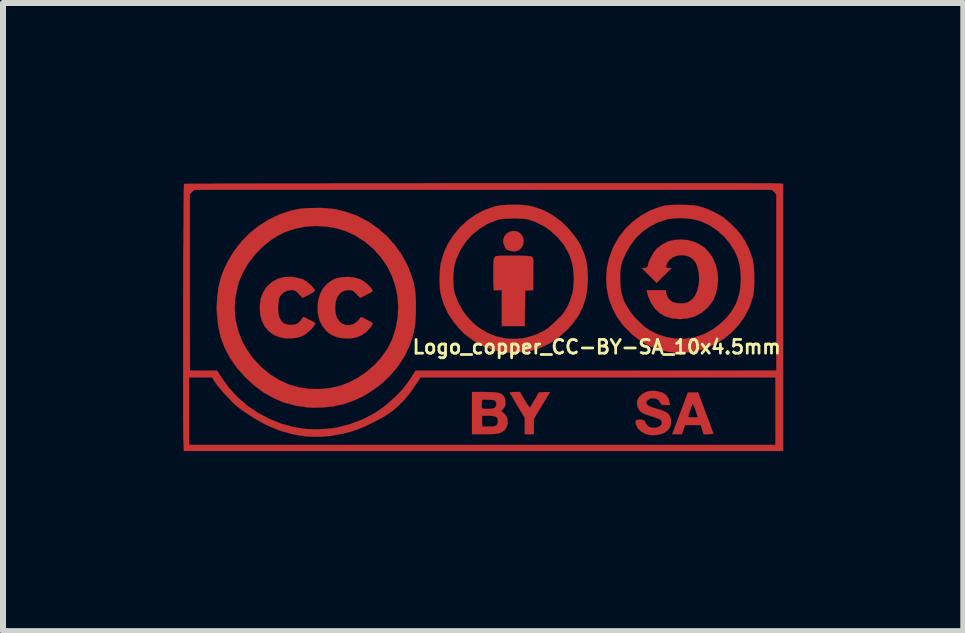
<source format=kicad_pcb>
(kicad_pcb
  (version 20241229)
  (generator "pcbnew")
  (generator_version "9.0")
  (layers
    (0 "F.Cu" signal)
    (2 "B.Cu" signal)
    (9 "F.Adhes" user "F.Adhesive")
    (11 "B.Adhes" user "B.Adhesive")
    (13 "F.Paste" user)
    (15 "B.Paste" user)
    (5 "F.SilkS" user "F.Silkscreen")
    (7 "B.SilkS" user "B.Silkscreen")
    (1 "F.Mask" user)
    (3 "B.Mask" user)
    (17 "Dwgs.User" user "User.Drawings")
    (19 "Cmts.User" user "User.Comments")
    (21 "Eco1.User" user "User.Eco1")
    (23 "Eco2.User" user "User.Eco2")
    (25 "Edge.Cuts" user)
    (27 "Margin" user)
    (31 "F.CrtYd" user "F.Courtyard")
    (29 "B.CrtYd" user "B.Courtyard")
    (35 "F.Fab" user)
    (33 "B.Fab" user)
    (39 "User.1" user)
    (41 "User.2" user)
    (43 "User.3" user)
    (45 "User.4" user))
  (footprint "Logo_copper_CC-BY-SA_10x4.5mm"
    (layer "F.Cu")
    (at 4.992 2.231)
    (property "Reference" "Logo_copper_CC-BY-SA_10x4.5mm" (at 1.9 0.5 0) (layer "F.SilkS") (effects (font (size 0.229 0.229) (thickness 0.046))))
    (attr exclude_from_pos_files exclude_from_bom)
    (fp_poly (pts (xy 0.683 -1.25) (xy 0.673 -1.199) (xy 0.645 -1.153) (xy 0.605 -1.115) (xy 0.546 -1.092) (xy 0.541 -1.092) (xy 0.505 -1.092) (xy 0.462 -1.1) (xy 0.452 -1.105) (xy 0.419 -1.115) (xy 0.401 -1.123) (xy 0.399 -1.123) (xy 0.391 -1.133) (xy 0.376 -1.156) (xy 0.371 -1.166) (xy 0.345 -1.227) (xy 0.343 -1.288) (xy 0.361 -1.341) (xy 0.396 -1.387) (xy 0.447 -1.42) (xy 0.508 -1.433) (xy 0.518 -1.433) (xy 0.579 -1.422) (xy 0.627 -1.392) (xy 0.66 -1.351) (xy 0.678 -1.303) (xy 0.683 -1.25)) (stroke (width 0.003) (type solid)) (fill yes) (layer "F.Cu"))
    (fp_poly (pts (xy 1.123 1.25) (xy 0.988 1.473) (xy 0.853 1.697) (xy 0.853 1.824) (xy 0.853 1.953) (xy 0.777 1.953) (xy 0.701 1.953) (xy 0.701 1.819) (xy 0.701 1.681) (xy 0.577 1.476) (xy 0.538 1.41) (xy 0.505 1.351) (xy 0.478 1.306) (xy 0.457 1.275) (xy 0.45 1.26) (xy 0.46 1.255) (xy 0.488 1.252) (xy 0.528 1.25) (xy 0.533 1.25) (xy 0.622 1.25) (xy 0.701 1.387) (xy 0.739 1.448) (xy 0.765 1.486) (xy 0.782 1.506) (xy 0.792 1.504) (xy 0.803 1.486) (xy 0.823 1.453) (xy 0.848 1.407) (xy 0.871 1.372) (xy 0.937 1.257) (xy 1.029 1.252) (xy 1.123 1.25)) (stroke (width 0.003) (type solid)) (fill yes) (layer "F.Cu"))
    (fp_poly (pts (xy 3.843 1.943) (xy 3.833 1.948) (xy 3.8 1.951) (xy 3.762 1.953) (xy 3.68 1.953) (xy 3.658 1.877) (xy 3.635 1.801) (xy 3.586 1.801) (xy 3.586 1.671) (xy 3.546 1.557) (xy 3.531 1.509) (xy 3.513 1.471) (xy 3.503 1.453) (xy 3.5 1.45) (xy 3.49 1.466) (xy 3.477 1.499) (xy 3.462 1.542) (xy 3.447 1.587) (xy 3.432 1.628) (xy 3.424 1.656) (xy 3.421 1.664) (xy 3.434 1.669) (xy 3.465 1.671) (xy 3.503 1.671) (xy 3.586 1.671) (xy 3.586 1.801) (xy 3.503 1.801) (xy 3.373 1.801) (xy 3.345 1.877) (xy 3.317 1.953) (xy 3.236 1.953) (xy 3.157 1.953) (xy 3.289 1.605) (xy 3.419 1.257) (xy 3.505 1.257) (xy 3.589 1.257) (xy 3.716 1.595) (xy 3.749 1.684) (xy 3.78 1.763) (xy 3.805 1.831) (xy 3.823 1.887) (xy 3.838 1.925) (xy 3.843 1.943)) (stroke (width 0.003) (type solid)) (fill yes) (layer "F.Cu"))
    (fp_poly (pts (xy 0.846 -0.907) (xy 0.843 -0.866) (xy 0.843 -0.81) (xy 0.843 -0.742) (xy 0.843 -0.676) (xy 0.841 -0.447) (xy 0.775 -0.442) (xy 0.709 -0.439) (xy 0.704 -0.142) (xy 0.701 0.152) (xy 0.511 0.152) (xy 0.318 0.152) (xy 0.318 -0.147) (xy 0.318 -0.447) (xy 0.264 -0.445) (xy 0.226 -0.445) (xy 0.198 -0.445) (xy 0.193 -0.445) (xy 0.188 -0.452) (xy 0.183 -0.472) (xy 0.18 -0.508) (xy 0.178 -0.564) (xy 0.178 -0.64) (xy 0.178 -0.706) (xy 0.178 -0.795) (xy 0.178 -0.866) (xy 0.18 -0.917) (xy 0.185 -0.95) (xy 0.188 -0.975) (xy 0.196 -0.991) (xy 0.198 -0.993) (xy 0.206 -1.001) (xy 0.213 -1.008) (xy 0.229 -1.013) (xy 0.251 -1.016) (xy 0.284 -1.019) (xy 0.335 -1.021) (xy 0.404 -1.021) (xy 0.495 -1.021) (xy 0.511 -1.021) (xy 0.61 -1.021) (xy 0.688 -1.019) (xy 0.747 -1.016) (xy 0.79 -1.011) (xy 0.818 -1.003) (xy 0.833 -0.991) (xy 0.841 -0.973) (xy 0.843 -0.95) (xy 0.846 -0.925) (xy 0.846 -0.907)) (stroke (width 0.003) (type solid)) (fill yes) (layer "F.Cu"))
    (fp_poly (pts (xy -2.784 0.104) (xy -2.807 0.142) (xy -2.84 0.188) (xy -2.891 0.236) (xy -2.944 0.282) (xy -2.997 0.315) (xy -3.01 0.32) (xy -3.101 0.348) (xy -3.208 0.358) (xy -3.289 0.356) (xy -3.399 0.333) (xy -3.493 0.292) (xy -3.571 0.231) (xy -3.635 0.152) (xy -3.68 0.058) (xy -3.708 -0.046) (xy -3.713 -0.168) (xy -3.711 -0.201) (xy -3.696 -0.312) (xy -3.66 -0.406) (xy -3.607 -0.49) (xy -3.586 -0.516) (xy -3.505 -0.587) (xy -3.409 -0.638) (xy -3.305 -0.665) (xy -3.19 -0.668) (xy -3.139 -0.663) (xy -3.081 -0.65) (xy -3.02 -0.635) (xy -2.979 -0.617) (xy -2.941 -0.594) (xy -2.898 -0.561) (xy -2.857 -0.523) (xy -2.824 -0.488) (xy -2.802 -0.455) (xy -2.797 -0.439) (xy -2.807 -0.424) (xy -2.835 -0.404) (xy -2.878 -0.381) (xy -2.898 -0.368) (xy -3 -0.318) (xy -3.061 -0.381) (xy -3.096 -0.417) (xy -3.122 -0.434) (xy -3.145 -0.445) (xy -3.178 -0.447) (xy -3.195 -0.447) (xy -3.266 -0.434) (xy -3.325 -0.404) (xy -3.373 -0.351) (xy -3.376 -0.343) (xy -3.393 -0.3) (xy -3.404 -0.236) (xy -3.409 -0.168) (xy -3.406 -0.094) (xy -3.399 -0.03) (xy -3.391 0) (xy -3.36 0.061) (xy -3.317 0.104) (xy -3.259 0.127) (xy -3.198 0.132) (xy -3.129 0.127) (xy -3.081 0.107) (xy -3.038 0.066) (xy -3.02 0.041) (xy -3 0.013) (xy -2.985 0) (xy -2.969 0.005) (xy -2.936 0.02) (xy -2.896 0.043) (xy -2.878 0.051) (xy -2.784 0.104)) (stroke (width 0.003) (type solid)) (fill yes) (layer "F.Cu"))
    (fp_poly (pts (xy -1.834 0.102) (xy -1.834 0.117) (xy -1.849 0.145) (xy -1.864 0.168) (xy -1.938 0.249) (xy -2.019 0.305) (xy -2.111 0.343) (xy -2.215 0.358) (xy -2.332 0.356) (xy -2.428 0.338) (xy -2.512 0.302) (xy -2.588 0.249) (xy -2.601 0.236) (xy -2.667 0.157) (xy -2.715 0.066) (xy -2.743 -0.041) (xy -2.746 -0.061) (xy -2.751 -0.18) (xy -2.738 -0.29) (xy -2.705 -0.394) (xy -2.654 -0.483) (xy -2.588 -0.556) (xy -2.507 -0.615) (xy -2.459 -0.638) (xy -2.36 -0.66) (xy -2.253 -0.668) (xy -2.146 -0.658) (xy -2.047 -0.63) (xy -2.035 -0.625) (xy -1.989 -0.599) (xy -1.938 -0.561) (xy -1.892 -0.518) (xy -1.857 -0.478) (xy -1.844 -0.46) (xy -1.836 -0.442) (xy -1.836 -0.429) (xy -1.849 -0.419) (xy -1.875 -0.404) (xy -1.918 -0.381) (xy -1.935 -0.371) (xy -2.042 -0.318) (xy -2.103 -0.381) (xy -2.139 -0.417) (xy -2.162 -0.434) (xy -2.187 -0.445) (xy -2.22 -0.447) (xy -2.235 -0.447) (xy -2.306 -0.437) (xy -2.362 -0.409) (xy -2.405 -0.358) (xy -2.426 -0.325) (xy -2.446 -0.259) (xy -2.456 -0.18) (xy -2.456 -0.097) (xy -2.441 -0.02) (xy -2.428 0.015) (xy -2.39 0.074) (xy -2.339 0.114) (xy -2.278 0.135) (xy -2.212 0.137) (xy -2.149 0.117) (xy -2.093 0.076) (xy -2.065 0.046) (xy -2.045 0.02) (xy -2.04 0.01) (xy -2.032 0.005) (xy -2.014 0.005) (xy -1.984 0.018) (xy -1.938 0.043) (xy -1.895 0.066) (xy -1.857 0.086) (xy -1.836 0.099) (xy -1.834 0.102)) (stroke (width 0.003) (type solid)) (fill yes) (layer "F.Cu"))
    (fp_poly (pts (xy 0.417 1.775) (xy 0.396 1.841) (xy 0.356 1.895) (xy 0.3 1.928) (xy 0.277 1.938) (xy 0.254 1.943) (xy 0.254 1.735) (xy 0.249 1.697) (xy 0.234 1.671) (xy 0.229 1.669) (xy 0.229 1.443) (xy 0.216 1.407) (xy 0.208 1.397) (xy 0.188 1.387) (xy 0.155 1.382) (xy 0.099 1.379) (xy 0.089 1.379) (xy -0.008 1.379) (xy -0.013 1.42) (xy -0.015 1.46) (xy -0.015 1.496) (xy -0.01 1.514) (xy -0.003 1.524) (xy 0.013 1.529) (xy 0.048 1.532) (xy 0.079 1.532) (xy 0.145 1.529) (xy 0.188 1.519) (xy 0.201 1.511) (xy 0.224 1.481) (xy 0.229 1.443) (xy 0.229 1.669) (xy 0.203 1.656) (xy 0.152 1.648) (xy 0.091 1.646) (xy -0.01 1.646) (xy -0.01 1.735) (xy -0.01 1.826) (xy 0.097 1.826) (xy 0.157 1.824) (xy 0.196 1.819) (xy 0.221 1.811) (xy 0.231 1.803) (xy 0.249 1.77) (xy 0.254 1.735) (xy 0.254 1.943) (xy 0.249 1.943) (xy 0.213 1.948) (xy 0.163 1.951) (xy 0.097 1.953) (xy 0.033 1.953) (xy -0.178 1.953) (xy -0.178 1.603) (xy -0.178 1.25) (xy 0.03 1.25) (xy 0.124 1.252) (xy 0.193 1.255) (xy 0.246 1.26) (xy 0.284 1.27) (xy 0.315 1.283) (xy 0.338 1.303) (xy 0.348 1.311) (xy 0.366 1.346) (xy 0.378 1.397) (xy 0.381 1.448) (xy 0.376 1.473) (xy 0.361 1.506) (xy 0.335 1.539) (xy 0.333 1.542) (xy 0.312 1.562) (xy 0.31 1.575) (xy 0.318 1.58) (xy 0.353 1.603) (xy 0.386 1.641) (xy 0.409 1.684) (xy 0.414 1.702) (xy 0.417 1.775)) (stroke (width 0.003) (type solid)) (fill yes) (layer "F.Cu"))
    (fp_poly (pts (xy 3.139 1.775) (xy 3.127 1.824) (xy 3.099 1.869) (xy 3.089 1.882) (xy 3.038 1.923) (xy 2.969 1.953) (xy 2.891 1.968) (xy 2.812 1.971) (xy 2.802 1.968) (xy 2.713 1.948) (xy 2.642 1.91) (xy 2.588 1.859) (xy 2.555 1.793) (xy 2.553 1.786) (xy 2.545 1.748) (xy 2.553 1.725) (xy 2.576 1.712) (xy 2.619 1.712) (xy 2.629 1.712) (xy 2.67 1.717) (xy 2.692 1.725) (xy 2.703 1.74) (xy 2.71 1.76) (xy 2.738 1.806) (xy 2.781 1.834) (xy 2.835 1.849) (xy 2.896 1.844) (xy 2.931 1.831) (xy 2.969 1.808) (xy 2.985 1.781) (xy 2.982 1.745) (xy 2.974 1.727) (xy 2.957 1.709) (xy 2.924 1.694) (xy 2.875 1.674) (xy 2.807 1.654) (xy 2.769 1.641) (xy 2.71 1.621) (xy 2.667 1.603) (xy 2.637 1.582) (xy 2.619 1.565) (xy 2.583 1.506) (xy 2.57 1.45) (xy 2.576 1.392) (xy 2.601 1.341) (xy 2.644 1.295) (xy 2.697 1.26) (xy 2.764 1.237) (xy 2.837 1.229) (xy 2.908 1.237) (xy 2.992 1.26) (xy 3.053 1.298) (xy 3.091 1.349) (xy 3.111 1.412) (xy 3.111 1.415) (xy 3.119 1.468) (xy 3.045 1.468) (xy 3.005 1.466) (xy 2.982 1.46) (xy 2.969 1.45) (xy 2.959 1.427) (xy 2.934 1.389) (xy 2.893 1.364) (xy 2.845 1.354) (xy 2.797 1.359) (xy 2.753 1.382) (xy 2.751 1.384) (xy 2.725 1.412) (xy 2.723 1.433) (xy 2.736 1.458) (xy 2.741 1.466) (xy 2.769 1.483) (xy 2.822 1.506) (xy 2.898 1.529) (xy 2.903 1.529) (xy 2.99 1.557) (xy 3.051 1.585) (xy 3.094 1.615) (xy 3.122 1.656) (xy 3.137 1.704) (xy 3.137 1.714) (xy 3.139 1.775)) (stroke (width 0.003) (type solid)) (fill yes) (layer "F.Cu"))
    (fp_poly (pts (xy 3.922 -0.645) (xy 3.914 -0.523) (xy 3.889 -0.404) (xy 3.848 -0.292) (xy 3.82 -0.249) (xy 3.782 -0.198) (xy 3.741 -0.15) (xy 3.736 -0.145) (xy 3.64 -0.066) (xy 3.531 -0.008) (xy 3.414 0.023) (xy 3.289 0.036) (xy 3.162 0.025) (xy 3.155 0.023) (xy 3.048 -0.008) (xy 2.951 -0.064) (xy 2.873 -0.137) (xy 2.807 -0.231) (xy 2.758 -0.343) (xy 2.741 -0.411) (xy 2.731 -0.447) (xy 2.891 -0.447) (xy 3.051 -0.447) (xy 3.058 -0.394) (xy 3.076 -0.34) (xy 3.109 -0.292) (xy 3.15 -0.257) (xy 3.155 -0.254) (xy 3.183 -0.244) (xy 3.223 -0.234) (xy 3.254 -0.229) (xy 3.34 -0.224) (xy 3.416 -0.244) (xy 3.482 -0.284) (xy 3.536 -0.348) (xy 3.574 -0.432) (xy 3.599 -0.536) (xy 3.607 -0.627) (xy 3.602 -0.721) (xy 3.586 -0.81) (xy 3.559 -0.886) (xy 3.556 -0.894) (xy 3.513 -0.953) (xy 3.454 -0.998) (xy 3.393 -1.021) (xy 3.315 -1.031) (xy 3.236 -1.021) (xy 3.167 -0.993) (xy 3.111 -0.95) (xy 3.078 -0.902) (xy 3.058 -0.859) (xy 3.053 -0.833) (xy 3.063 -0.82) (xy 3.089 -0.815) (xy 3.099 -0.815) (xy 3.147 -0.815) (xy 3.023 -0.691) (xy 2.898 -0.566) (xy 2.774 -0.691) (xy 2.649 -0.815) (xy 2.695 -0.815) (xy 2.733 -0.823) (xy 2.753 -0.843) (xy 2.758 -0.879) (xy 2.764 -0.909) (xy 2.784 -0.955) (xy 2.812 -1.008) (xy 2.842 -1.062) (xy 2.875 -1.107) (xy 2.903 -1.14) (xy 2.987 -1.206) (xy 3.084 -1.255) (xy 3.19 -1.283) (xy 3.305 -1.29) (xy 3.421 -1.28) (xy 3.536 -1.247) (xy 3.602 -1.217) (xy 3.693 -1.158) (xy 3.769 -1.079) (xy 3.833 -0.986) (xy 3.879 -0.879) (xy 3.909 -0.765) (xy 3.922 -0.645)) (stroke (width 0.003) (type solid)) (fill yes) (layer "F.Cu"))
    (fp_poly (pts (xy -1.113 -0.175) (xy -1.113 -0.084) (xy -1.118 0.038) (xy -1.128 0.145) (xy -1.146 0.239) (xy -1.168 0.33) (xy -1.199 0.424) (xy -1.224 0.49) (xy -1.303 0.655) (xy -1.405 0.813) (xy -1.407 0.815) (xy -1.407 -0.175) (xy -1.42 -0.353) (xy -1.458 -0.526) (xy -1.516 -0.693) (xy -1.595 -0.851) (xy -1.697 -0.996) (xy -1.816 -1.13) (xy -1.956 -1.25) (xy -2.113 -1.351) (xy -2.121 -1.356) (xy -2.273 -1.427) (xy -2.438 -1.478) (xy -2.609 -1.506) (xy -2.784 -1.516) (xy -2.957 -1.504) (xy -3.127 -1.471) (xy -3.289 -1.415) (xy -3.393 -1.367) (xy -3.538 -1.275) (xy -3.673 -1.163) (xy -3.797 -1.036) (xy -3.904 -0.897) (xy -3.99 -0.747) (xy -4.059 -0.592) (xy -4.084 -0.503) (xy -4.122 -0.318) (xy -4.133 -0.137) (xy -4.12 0.041) (xy -4.079 0.213) (xy -4.018 0.381) (xy -3.932 0.541) (xy -3.825 0.691) (xy -3.696 0.828) (xy -3.551 0.95) (xy -3.396 1.049) (xy -3.236 1.123) (xy -3.066 1.173) (xy -2.888 1.199) (xy -2.703 1.201) (xy -2.535 1.184) (xy -2.377 1.148) (xy -2.225 1.09) (xy -2.075 1.011) (xy -1.935 0.914) (xy -1.808 0.805) (xy -1.694 0.681) (xy -1.598 0.549) (xy -1.524 0.409) (xy -1.506 0.366) (xy -1.448 0.185) (xy -1.415 0.003) (xy -1.407 -0.175) (xy -1.407 0.815) (xy -1.524 0.958) (xy -1.659 1.09) (xy -1.808 1.206) (xy -1.968 1.308) (xy -2.136 1.389) (xy -2.311 1.45) (xy -2.487 1.488) (xy -2.573 1.499) (xy -2.654 1.506) (xy -2.718 1.509) (xy -2.771 1.511) (xy -2.822 1.511) (xy -2.873 1.509) (xy -2.918 1.506) (xy -3.114 1.478) (xy -3.299 1.43) (xy -3.475 1.356) (xy -3.645 1.262) (xy -3.805 1.143) (xy -3.962 0.998) (xy -3.965 0.993) (xy -4.102 0.838) (xy -4.214 0.678) (xy -4.3 0.511) (xy -4.366 0.335) (xy -4.407 0.147) (xy -4.427 -0.048) (xy -4.432 -0.152) (xy -4.422 -0.335) (xy -4.399 -0.505) (xy -4.359 -0.665) (xy -4.298 -0.823) (xy -4.249 -0.919) (xy -4.145 -1.095) (xy -4.023 -1.252) (xy -3.884 -1.394) (xy -3.729 -1.519) (xy -3.564 -1.623) (xy -3.386 -1.709) (xy -3.2 -1.77) (xy -3.084 -1.796) (xy -3 -1.808) (xy -2.898 -1.814) (xy -2.786 -1.816) (xy -2.675 -1.816) (xy -2.57 -1.808) (xy -2.479 -1.798) (xy -2.459 -1.796) (xy -2.266 -1.748) (xy -2.08 -1.679) (xy -1.905 -1.587) (xy -1.745 -1.476) (xy -1.598 -1.346) (xy -1.466 -1.201) (xy -1.351 -1.041) (xy -1.257 -0.869) (xy -1.184 -0.683) (xy -1.168 -0.638) (xy -1.146 -0.549) (xy -1.13 -0.465) (xy -1.118 -0.378) (xy -1.113 -0.284) (xy -1.113 -0.175)) (stroke (width 0.003) (type solid)) (fill yes) (layer "F.Cu"))
    (fp_poly (pts (xy 1.753 -0.638) (xy 1.742 -0.465) (xy 1.714 -0.307) (xy 1.666 -0.163) (xy 1.598 -0.025) (xy 1.519 0.084) (xy 1.519 -0.638) (xy 1.511 -0.775) (xy 1.491 -0.897) (xy 1.453 -1.013) (xy 1.425 -1.077) (xy 1.351 -1.204) (xy 1.255 -1.321) (xy 1.143 -1.425) (xy 1.019 -1.514) (xy 0.884 -1.58) (xy 0.803 -1.61) (xy 0.762 -1.623) (xy 0.721 -1.631) (xy 0.676 -1.636) (xy 0.622 -1.638) (xy 0.551 -1.641) (xy 0.516 -1.641) (xy 0.437 -1.638) (xy 0.376 -1.638) (xy 0.328 -1.633) (xy 0.287 -1.626) (xy 0.246 -1.615) (xy 0.229 -1.61) (xy 0.081 -1.552) (xy -0.051 -1.471) (xy -0.173 -1.372) (xy -0.279 -1.255) (xy -0.368 -1.123) (xy -0.434 -0.978) (xy -0.462 -0.897) (xy -0.478 -0.815) (xy -0.488 -0.719) (xy -0.49 -0.617) (xy -0.485 -0.518) (xy -0.475 -0.429) (xy -0.467 -0.396) (xy -0.411 -0.246) (xy -0.335 -0.107) (xy -0.239 0.02) (xy -0.124 0.132) (xy -0.056 0.183) (xy 0.076 0.264) (xy 0.221 0.323) (xy 0.373 0.358) (xy 0.531 0.366) (xy 0.66 0.356) (xy 0.777 0.33) (xy 0.897 0.29) (xy 1.008 0.236) (xy 1.036 0.221) (xy 1.077 0.193) (xy 1.128 0.152) (xy 1.184 0.102) (xy 1.237 0.051) (xy 1.295 -0.005) (xy 1.339 -0.056) (xy 1.372 -0.102) (xy 1.4 -0.15) (xy 1.415 -0.178) (xy 1.463 -0.29) (xy 1.496 -0.401) (xy 1.514 -0.516) (xy 1.519 -0.638) (xy 1.519 0.084) (xy 1.509 0.102) (xy 1.41 0.211) (xy 1.273 0.333) (xy 1.13 0.432) (xy 0.978 0.508) (xy 0.818 0.559) (xy 0.815 0.561) (xy 0.739 0.574) (xy 0.65 0.584) (xy 0.554 0.592) (xy 0.46 0.594) (xy 0.378 0.592) (xy 0.325 0.587) (xy 0.157 0.546) (xy -0.003 0.483) (xy -0.152 0.396) (xy -0.295 0.29) (xy -0.356 0.231) (xy -0.475 0.094) (xy -0.572 -0.048) (xy -0.645 -0.206) (xy -0.686 -0.33) (xy -0.699 -0.386) (xy -0.709 -0.439) (xy -0.714 -0.493) (xy -0.716 -0.556) (xy -0.719 -0.63) (xy -0.714 -0.749) (xy -0.706 -0.846) (xy -0.696 -0.902) (xy -0.648 -1.067) (xy -0.577 -1.222) (xy -0.485 -1.364) (xy -0.376 -1.496) (xy -0.251 -1.61) (xy -0.114 -1.707) (xy 0.033 -1.783) (xy 0.193 -1.839) (xy 0.224 -1.847) (xy 0.302 -1.859) (xy 0.399 -1.867) (xy 0.5 -1.869) (xy 0.607 -1.869) (xy 0.706 -1.862) (xy 0.792 -1.849) (xy 0.836 -1.839) (xy 1.001 -1.783) (xy 1.156 -1.702) (xy 1.3 -1.598) (xy 1.43 -1.473) (xy 1.544 -1.331) (xy 1.557 -1.316) (xy 1.631 -1.194) (xy 1.684 -1.074) (xy 1.722 -0.947) (xy 1.745 -0.808) (xy 1.753 -0.653) (xy 1.753 -0.638)) (stroke (width 0.003) (type solid)) (fill yes) (layer "F.Cu"))
    (fp_poly (pts (xy 4.526 -0.61) (xy 4.524 -0.511) (xy 4.516 -0.422) (xy 4.506 -0.351) (xy 4.503 -0.34) (xy 4.45 -0.173) (xy 4.371 -0.018) (xy 4.3 0.084) (xy 4.3 -0.599) (xy 4.3 -0.676) (xy 4.293 -0.78) (xy 4.28 -0.866) (xy 4.262 -0.945) (xy 4.232 -1.024) (xy 4.201 -1.09) (xy 4.122 -1.219) (xy 4.026 -1.336) (xy 3.909 -1.44) (xy 3.782 -1.527) (xy 3.645 -1.59) (xy 3.602 -1.605) (xy 3.513 -1.628) (xy 3.409 -1.641) (xy 3.297 -1.646) (xy 3.188 -1.643) (xy 3.091 -1.631) (xy 3.081 -1.628) (xy 2.934 -1.582) (xy 2.797 -1.514) (xy 2.67 -1.427) (xy 2.558 -1.321) (xy 2.461 -1.196) (xy 2.383 -1.059) (xy 2.334 -0.945) (xy 2.316 -0.894) (xy 2.306 -0.851) (xy 2.299 -0.813) (xy 2.294 -0.77) (xy 2.291 -0.714) (xy 2.291 -0.643) (xy 2.294 -0.533) (xy 2.304 -0.439) (xy 2.324 -0.356) (xy 2.352 -0.274) (xy 2.383 -0.211) (xy 2.443 -0.109) (xy 2.52 -0.008) (xy 2.609 0.084) (xy 2.703 0.168) (xy 2.789 0.226) (xy 2.921 0.292) (xy 3.063 0.335) (xy 3.213 0.361) (xy 3.365 0.363) (xy 3.513 0.343) (xy 3.561 0.33) (xy 3.696 0.282) (xy 3.828 0.211) (xy 3.947 0.124) (xy 4.056 0.02) (xy 4.145 -0.089) (xy 4.214 -0.208) (xy 4.221 -0.224) (xy 4.265 -0.343) (xy 4.29 -0.465) (xy 4.3 -0.599) (xy 4.3 0.084) (xy 4.272 0.124) (xy 4.153 0.254) (xy 4.044 0.345) (xy 3.894 0.442) (xy 3.736 0.516) (xy 3.569 0.566) (xy 3.396 0.592) (xy 3.218 0.594) (xy 3.089 0.579) (xy 2.926 0.541) (xy 2.771 0.48) (xy 2.624 0.394) (xy 2.484 0.287) (xy 2.36 0.16) (xy 2.342 0.14) (xy 2.238 0) (xy 2.159 -0.15) (xy 2.101 -0.31) (xy 2.068 -0.475) (xy 2.057 -0.643) (xy 2.07 -0.813) (xy 2.106 -0.98) (xy 2.167 -1.146) (xy 2.184 -1.181) (xy 2.268 -1.328) (xy 2.375 -1.466) (xy 2.497 -1.585) (xy 2.634 -1.687) (xy 2.781 -1.77) (xy 2.939 -1.829) (xy 2.974 -1.841) (xy 3.02 -1.852) (xy 3.063 -1.859) (xy 3.109 -1.864) (xy 3.165 -1.867) (xy 3.236 -1.869) (xy 3.299 -1.869) (xy 3.388 -1.867) (xy 3.454 -1.864) (xy 3.508 -1.862) (xy 3.553 -1.854) (xy 3.597 -1.847) (xy 3.619 -1.839) (xy 3.724 -1.806) (xy 3.833 -1.758) (xy 3.937 -1.704) (xy 4.016 -1.654) (xy 4.069 -1.61) (xy 4.133 -1.552) (xy 4.199 -1.488) (xy 4.26 -1.422) (xy 4.308 -1.364) (xy 4.326 -1.336) (xy 4.374 -1.26) (xy 4.42 -1.168) (xy 4.46 -1.074) (xy 4.491 -0.983) (xy 4.496 -0.963) (xy 4.511 -0.894) (xy 4.519 -0.808) (xy 4.526 -0.711) (xy 4.526 -0.61)) (stroke (width 0.003) (type solid)) (fill yes) (layer "F.Cu"))
    (fp_poly (pts (xy 5.006 2.233) (xy 4.892 2.233) (xy 4.892 0.892) (xy 4.892 -0.574) (xy 4.892 -2.045) (xy 4.854 -2.083) (xy 4.816 -2.118) (xy 0.005 -2.118) (xy -4.803 -2.118) (xy -4.841 -2.083) (xy -4.879 -2.045) (xy -4.879 -0.574) (xy -4.877 0.892) (xy -4.651 0.894) (xy -4.425 0.894) (xy -4.341 1.024) (xy -4.219 1.191) (xy -4.077 1.344) (xy -3.917 1.481) (xy -3.741 1.6) (xy -3.553 1.699) (xy -3.355 1.778) (xy -3.15 1.834) (xy -2.985 1.862) (xy -2.898 1.869) (xy -2.797 1.872) (xy -2.685 1.869) (xy -2.576 1.862) (xy -2.477 1.849) (xy -2.416 1.839) (xy -2.2 1.783) (xy -1.996 1.704) (xy -1.808 1.608) (xy -1.631 1.486) (xy -1.466 1.341) (xy -1.397 1.273) (xy -1.341 1.212) (xy -1.285 1.14) (xy -1.232 1.069) (xy -1.199 1.024) (xy -1.118 0.894) (xy 1.885 0.894) (xy 4.892 0.892) (xy 4.892 2.233) (xy 4.877 2.233) (xy 4.877 2.131) (xy 4.877 1.57) (xy 4.877 1.008) (xy 1.92 1.008) (xy -1.034 1.008) (xy -1.113 1.125) (xy -1.209 1.262) (xy -1.306 1.382) (xy -1.405 1.481) (xy -1.509 1.57) (xy -1.626 1.648) (xy -1.712 1.699) (xy -1.852 1.77) (xy -1.976 1.829) (xy -2.093 1.877) (xy -2.212 1.915) (xy -2.337 1.946) (xy -2.342 1.946) (xy -2.525 1.981) (xy -2.697 1.996) (xy -2.863 1.996) (xy -3.03 1.979) (xy -3.2 1.946) (xy -3.396 1.887) (xy -3.592 1.806) (xy -3.792 1.697) (xy -3.993 1.565) (xy -4.061 1.516) (xy -4.112 1.473) (xy -4.173 1.415) (xy -4.237 1.349) (xy -4.303 1.28) (xy -4.366 1.206) (xy -4.42 1.14) (xy -4.463 1.082) (xy -4.486 1.046) (xy -4.506 1.008) (xy -4.699 1.008) (xy -4.892 1.008) (xy -4.892 1.57) (xy -4.892 2.131) (xy -0.005 2.131) (xy 4.877 2.131) (xy 4.877 2.233) (xy 0.013 2.233) (xy -4.978 2.233) (xy -4.986 2.052) (xy -4.989 2.014) (xy -4.989 1.956) (xy -4.989 1.875) (xy -4.989 1.775) (xy -4.991 1.659) (xy -4.991 1.527) (xy -4.991 1.379) (xy -4.991 1.219) (xy -4.991 1.049) (xy -4.991 0.869) (xy -4.991 0.681) (xy -4.991 0.488) (xy -4.991 0.29) (xy -4.991 0.089) (xy -4.991 -0.112) (xy -4.991 -0.315) (xy -4.989 -0.516) (xy -4.989 -0.711) (xy -4.989 -0.904) (xy -4.989 -1.09) (xy -4.986 -1.265) (xy -4.986 -1.433) (xy -4.983 -1.587) (xy -4.983 -1.73) (xy -4.983 -1.857) (xy -4.981 -1.966) (xy -4.981 -2.06) (xy -4.978 -2.131) (xy -4.978 -2.184) (xy -4.976 -2.212) (xy -4.976 -2.217) (xy -4.963 -2.217) (xy -4.925 -2.217) (xy -4.864 -2.22) (xy -4.78 -2.22) (xy -4.676 -2.22) (xy -4.549 -2.22) (xy -4.407 -2.223) (xy -4.244 -2.223) (xy -4.064 -2.223) (xy -3.868 -2.223) (xy -3.658 -2.225) (xy -3.434 -2.225) (xy -3.195 -2.225) (xy -2.946 -2.225) (xy -2.687 -2.225) (xy -2.418 -2.228) (xy -2.141 -2.228) (xy -1.854 -2.228) (xy -1.565 -2.228) (xy -1.267 -2.228) (xy -0.965 -2.228) (xy -0.66 -2.23) (xy -0.353 -2.23) (xy -0.043 -2.23) (xy 0.262 -2.23) (xy 0.569 -2.23) (xy 0.874 -2.23) (xy 1.176 -2.23) (xy 1.476 -2.23) (xy 1.768 -2.23) (xy 2.055 -2.23) (xy 2.334 -2.23) (xy 2.606 -2.23) (xy 2.868 -2.23) (xy 3.119 -2.23) (xy 3.358 -2.23) (xy 3.584 -2.23) (xy 3.797 -2.23) (xy 3.995 -2.23) (xy 4.178 -2.23) (xy 4.346 -2.23) (xy 4.493 -2.228) (xy 4.623 -2.228) (xy 4.729 -2.228) (xy 4.818 -2.228) (xy 4.884 -2.225) (xy 4.928 -2.225) (xy 4.945 -2.225) (xy 5.006 -2.217) (xy 5.006 0.008) (xy 5.006 2.233)) (stroke (width 0.003) (type solid)) (fill yes) (layer "F.Cu")))
  (gr_rect
    (start -3 -3)
    (end 13 7.465)
    (stroke (width 0.1) (type default))
    (fill no)
    (layer "Edge.Cuts")))
</source>
